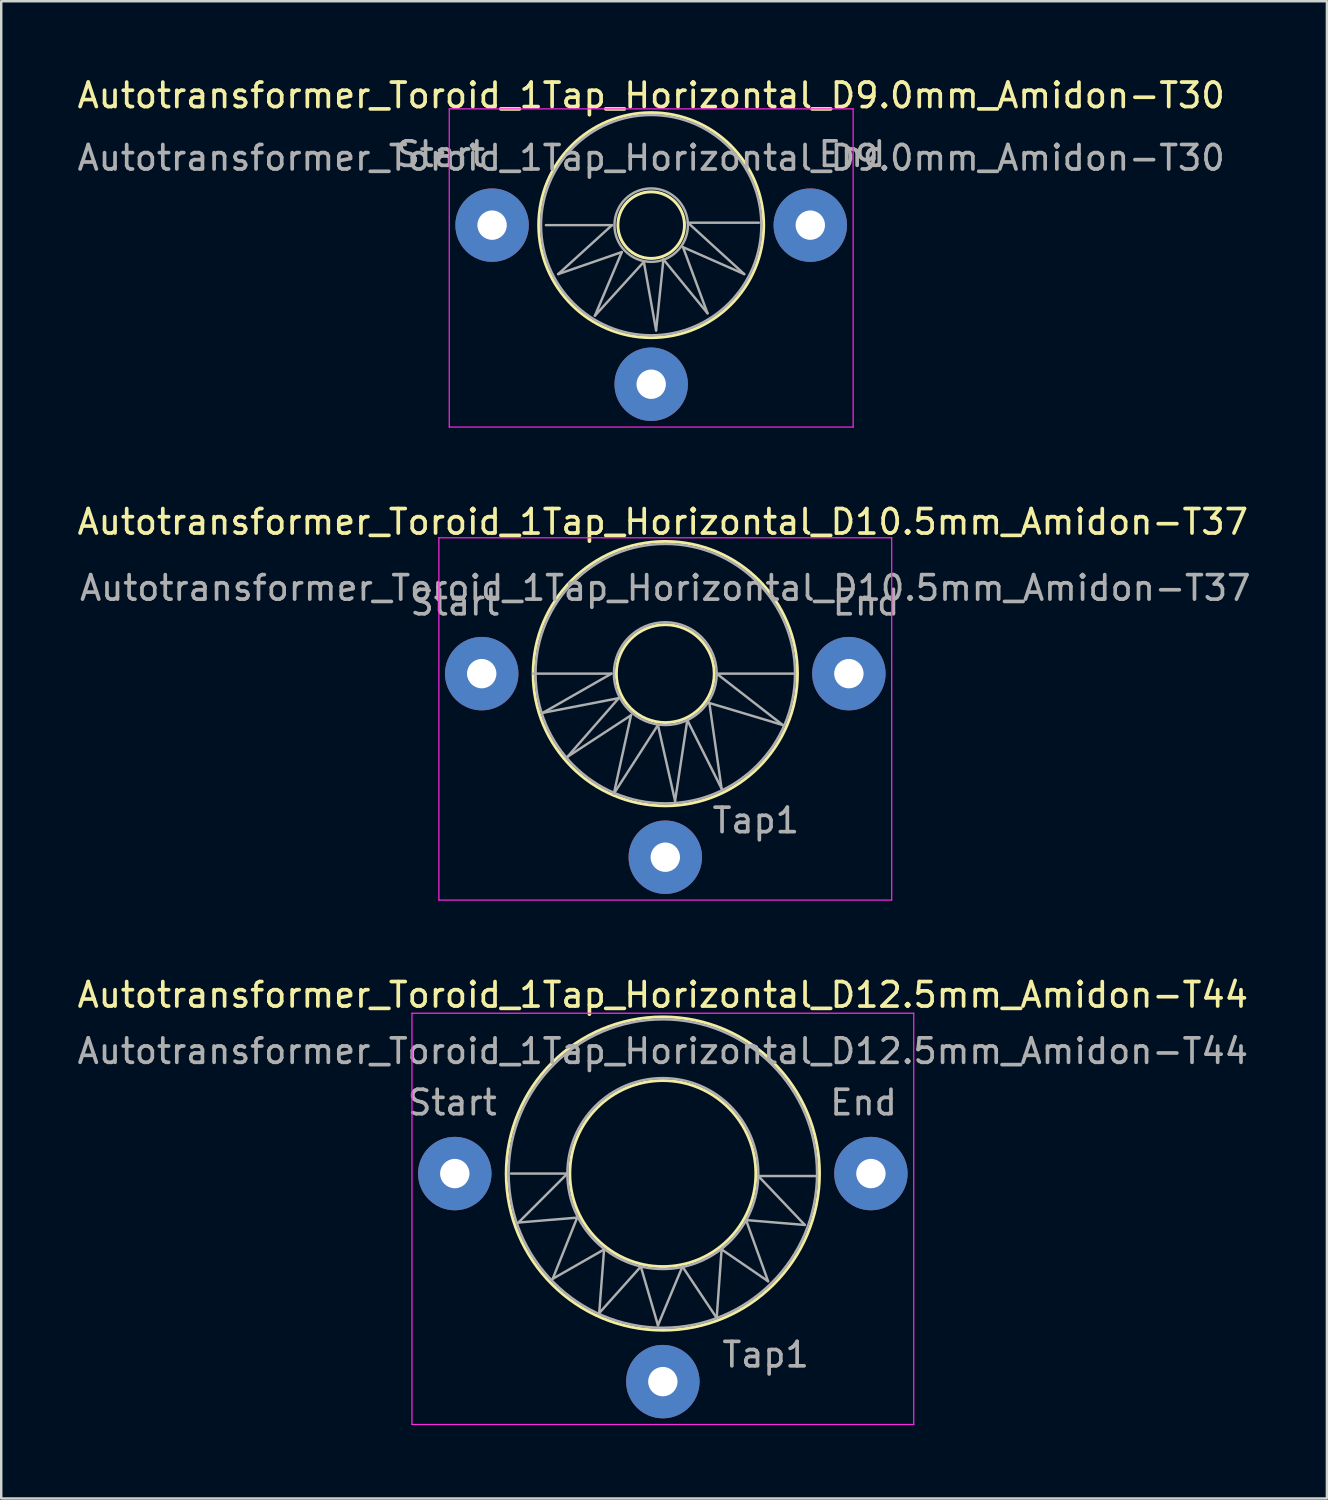
<source format=kicad_pcb>
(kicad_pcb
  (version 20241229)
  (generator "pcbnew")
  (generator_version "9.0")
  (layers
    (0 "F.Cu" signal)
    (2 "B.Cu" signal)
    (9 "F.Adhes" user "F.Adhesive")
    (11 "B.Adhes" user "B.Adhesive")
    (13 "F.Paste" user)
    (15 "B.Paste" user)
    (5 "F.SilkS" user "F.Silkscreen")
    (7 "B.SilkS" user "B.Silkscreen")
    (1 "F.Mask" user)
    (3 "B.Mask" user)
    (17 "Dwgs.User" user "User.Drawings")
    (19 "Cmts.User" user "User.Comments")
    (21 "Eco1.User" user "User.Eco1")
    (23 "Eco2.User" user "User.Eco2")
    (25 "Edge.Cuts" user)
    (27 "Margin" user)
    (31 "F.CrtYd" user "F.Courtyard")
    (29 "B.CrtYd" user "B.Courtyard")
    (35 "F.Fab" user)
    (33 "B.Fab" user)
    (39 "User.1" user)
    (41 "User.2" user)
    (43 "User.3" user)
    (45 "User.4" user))
  (footprint "Autotransformer_Toroid_1Tap_Horizontal_D12.5mm_Amidon-T44"
    (layer "F.Cu")
    (at 15.53 44.895)
    (property "Reference" "Autotransformer_Toroid_1Tap_Horizontal_D12.5mm_Amidon-T44" (at 8.5 -7.3 0) (layer "F.SilkS") (effects (font (size 1 1) (thickness 0.15))))
    (attr through_hole)
    (fp_circle (center 8.5 0) (end 12.3 0) (stroke (width 0.12) (type solid)) (fill no) (layer "F.SilkS"))
    (fp_circle (center 8.5 0) (end 14.9 0) (stroke (width 0.12) (type solid)) (fill no) (layer "F.SilkS"))
    (fp_line (start -1.75 -6.55) (end -1.75 10.25) (stroke (width 0.05) (type solid)) (layer "F.CrtYd"))
    (fp_line (start -1.75 -6.55) (end 18.75 -6.55) (stroke (width 0.05) (type solid)) (layer "F.CrtYd"))
    (fp_line (start 18.75 10.25) (end -1.75 10.25) (stroke (width 0.05) (type solid)) (layer "F.CrtYd"))
    (fp_line (start 18.75 10.25) (end 18.75 -6.55) (stroke (width 0.05) (type solid)) (layer "F.CrtYd"))
    (fp_line (start 2.3 0) (end 4.6 0) (stroke (width 0.1) (type solid)) (layer "F.Fab"))
    (fp_line (start 2.6 2) (end 5 1.8) (stroke (width 0.1) (type solid)) (layer "F.Fab"))
    (fp_line (start 4 4.3) (end 6.1 3.1) (stroke (width 0.1) (type solid)) (layer "F.Fab"))
    (fp_line (start 4.6 0) (end 2.6 2) (stroke (width 0.1) (type solid)) (layer "F.Fab"))
    (fp_line (start 5 1.8) (end 4 4.3) (stroke (width 0.1) (type solid)) (layer "F.Fab"))
    (fp_line (start 5.9 5.7) (end 7.6 3.8) (stroke (width 0.1) (type solid)) (layer "F.Fab"))
    (fp_line (start 6.1 3.1) (end 5.9 5.7) (stroke (width 0.1) (type solid)) (layer "F.Fab"))
    (fp_line (start 7.6 3.8) (end 8.3 6.2) (stroke (width 0.1) (type solid)) (layer "F.Fab"))
    (fp_line (start 8.3 6.2) (end 9.3 3.8) (stroke (width 0.1) (type solid)) (layer "F.Fab"))
    (fp_line (start 9.3 3.8) (end 10.7 5.9) (stroke (width 0.1) (type solid)) (layer "F.Fab"))
    (fp_line (start 10.7 5.9) (end 10.9 3.1) (stroke (width 0.1) (type solid)) (layer "F.Fab"))
    (fp_line (start 10.9 3.1) (end 12.8 4.4) (stroke (width 0.1) (type solid)) (layer "F.Fab"))
    (fp_line (start 11.9 1.9) (end 14.3 2.1) (stroke (width 0.1) (type solid)) (layer "F.Fab"))
    (fp_line (start 12.4 0.1) (end 14.8 0.1) (stroke (width 0.1) (type solid)) (layer "F.Fab"))
    (fp_line (start 12.8 4.4) (end 11.9 1.9) (stroke (width 0.1) (type solid)) (layer "F.Fab"))
    (fp_line (start 14.3 2.1) (end 12.4 0.1) (stroke (width 0.1) (type solid)) (layer "F.Fab"))
    (fp_circle (center 8.5 0) (end 12.4 0) (stroke (width 0.1) (type solid)) (fill no) (layer "F.Fab"))
    (fp_circle (center 8.5 0) (end 14.8 0) (stroke (width 0.1) (type solid)) (fill no) (layer "F.Fab"))
    (fp_text user "End" (at 16.7 -2.9 0) (layer "F.Fab") (effects (font (size 1 1) (thickness 0.15))))
    (fp_text user "${REFERENCE}" (at 8.5 -5 0) (layer "F.Fab") (effects (font (size 1 1) (thickness 0.15))))
    (fp_text user "Start" (at -0.1 -2.9 0) (layer "F.Fab") (effects (font (size 1 1) (thickness 0.15))))
    (fp_text user "Tap1" (at 12.7 7.4 0) (layer "F.Fab") (effects (font (size 1 1) (thickness 0.15))))
    (pad "1" thru_hole circle (at 0 0) (size 3 3) (drill 1.2) (layers "*.Cu" "*.Mask"))
    (pad "2" thru_hole circle (at 8.5 8.5) (size 3 3) (drill 1.2) (layers "*.Cu" "*.Mask"))
    (pad "3" thru_hole circle (at 17 0) (size 3 3) (drill 1.2) (layers "*.Cu" "*.Mask")))
  (footprint "Autotransformer_Toroid_1Tap_Horizontal_D9.0mm_Amidon-T30"
    (layer "F.Cu")
    (at 17.054 6.148)
    (property "Reference" "Autotransformer_Toroid_1Tap_Horizontal_D9.0mm_Amidon-T30" (at 6.5 -5.3 0) (layer "F.SilkS") (effects (font (size 1 1) (thickness 0.15))))
    (attr through_hole)
    (fp_circle (center 6.5 0) (end 7.6 0.8) (stroke (width 0.12) (type solid)) (fill no) (layer "F.SilkS"))
    (fp_circle (center 6.5 0) (end 9.8 3.2) (stroke (width 0.12) (type solid)) (fill no) (layer "F.SilkS"))
    (fp_line (start -1.75 -4.75) (end -1.75 8.25) (stroke (width 0.05) (type solid)) (layer "F.CrtYd"))
    (fp_line (start -1.75 -4.75) (end 14.75 -4.75) (stroke (width 0.05) (type solid)) (layer "F.CrtYd"))
    (fp_line (start 14.75 8.25) (end -1.75 8.25) (stroke (width 0.05) (type solid)) (layer "F.CrtYd"))
    (fp_line (start 14.75 8.25) (end 14.75 -4.75) (stroke (width 0.05) (type solid)) (layer "F.CrtYd"))
    (fp_line (start 2.2 0) (end 4.9 0) (stroke (width 0.1) (type solid)) (layer "F.Fab"))
    (fp_line (start 2.7 2) (end 5.3 1.1) (stroke (width 0.1) (type solid)) (layer "F.Fab"))
    (fp_line (start 4.2 3.7) (end 6.2 1.5) (stroke (width 0.1) (type solid)) (layer "F.Fab"))
    (fp_line (start 4.9 0) (end 2.7 2) (stroke (width 0.1) (type solid)) (layer "F.Fab"))
    (fp_line (start 5.3 1.1) (end 4.2 3.7) (stroke (width 0.1) (type solid)) (layer "F.Fab"))
    (fp_line (start 6.2 1.5) (end 6.7 4.3) (stroke (width 0.1) (type solid)) (layer "F.Fab"))
    (fp_line (start 6.7 4.3) (end 7 1.4) (stroke (width 0.1) (type solid)) (layer "F.Fab"))
    (fp_line (start 7 1.4) (end 8.8 3.6) (stroke (width 0.1) (type solid)) (layer "F.Fab"))
    (fp_line (start 7.8 0.9) (end 10.3 2) (stroke (width 0.1) (type solid)) (layer "F.Fab"))
    (fp_line (start 8 -0.1) (end 10.9 -0.1) (stroke (width 0.1) (type solid)) (layer "F.Fab"))
    (fp_line (start 8.8 3.6) (end 7.8 0.9) (stroke (width 0.1) (type solid)) (layer "F.Fab"))
    (fp_line (start 10.3 2) (end 8 -0.1) (stroke (width 0.1) (type solid)) (layer "F.Fab"))
    (fp_circle (center 6.5 0) (end 8 0) (stroke (width 0.1) (type solid)) (fill no) (layer "F.Fab"))
    (fp_circle (center 6.5 0) (end 11 0) (stroke (width 0.1) (type solid)) (fill no) (layer "F.Fab"))
    (fp_text user "Start" (at -2.1 -2.9 0) (layer "F.Fab") (effects (font (size 1 1) (thickness 0.15))))
    (fp_text user "${REFERENCE}" (at 6.5 -2.75 0) (layer "F.Fab") (effects (font (size 1 1) (thickness 0.15))))
    (fp_text user "End" (at 14.7 -2.9 0) (layer "F.Fab") (effects (font (size 1 1) (thickness 0.15))))
    (pad "1" thru_hole circle (at 0 0) (size 3 3) (drill 1.2) (layers "*.Cu" "*.Mask"))
    (pad "2" thru_hole circle (at 6.5 6.5) (size 3 3) (drill 1.2) (layers "*.Cu" "*.Mask"))
    (pad "3" thru_hole circle (at 13 0) (size 3 3) (drill 1.2) (layers "*.Cu" "*.Mask")))
  (footprint "Autotransformer_Toroid_1Tap_Horizontal_D10.5mm_Amidon-T37"
    (layer "F.Cu")
    (at 16.63 24.471)
    (property "Reference" "Autotransformer_Toroid_1Tap_Horizontal_D10.5mm_Amidon-T37" (at 7.4 -6.2 0) (layer "F.SilkS") (effects (font (size 1 1) (thickness 0.15))))
    (attr through_hole)
    (fp_circle (center 7.5 0) (end 9.5 0) (stroke (width 0.12) (type solid)) (fill no) (layer "F.SilkS"))
    (fp_circle (center 7.5 0) (end 12.9 0) (stroke (width 0.12) (type solid)) (fill no) (layer "F.SilkS"))
    (fp_line (start -1.75 -5.55) (end -1.75 9.25) (stroke (width 0.05) (type solid)) (layer "F.CrtYd"))
    (fp_line (start -1.75 -5.55) (end 16.75 -5.55) (stroke (width 0.05) (type solid)) (layer "F.CrtYd"))
    (fp_line (start 16.75 9.25) (end -1.75 9.25) (stroke (width 0.05) (type solid)) (layer "F.CrtYd"))
    (fp_line (start 16.75 9.25) (end 16.75 -5.55) (stroke (width 0.05) (type solid)) (layer "F.CrtYd"))
    (fp_line (start 2.1 0) (end 5.3 0) (stroke (width 0.1) (type solid)) (layer "F.Fab"))
    (fp_line (start 2.5 1.6) (end 5.6 1) (stroke (width 0.1) (type solid)) (layer "F.Fab"))
    (fp_line (start 3.5 3.4) (end 6.1 1.7) (stroke (width 0.1) (type solid)) (layer "F.Fab"))
    (fp_line (start 5.3 0) (end 2.5 1.6) (stroke (width 0.1) (type solid)) (layer "F.Fab"))
    (fp_line (start 5.4 4.9) (end 7.2 2.1) (stroke (width 0.1) (type solid)) (layer "F.Fab"))
    (fp_line (start 5.6 1) (end 3.5 3.4) (stroke (width 0.1) (type solid)) (layer "F.Fab"))
    (fp_line (start 6.1 1.7) (end 5.4 4.9) (stroke (width 0.1) (type solid)) (layer "F.Fab"))
    (fp_line (start 7.2 2.1) (end 7.9 5.2) (stroke (width 0.1) (type solid)) (layer "F.Fab"))
    (fp_line (start 7.9 5.2) (end 8.4 1.9) (stroke (width 0.1) (type solid)) (layer "F.Fab"))
    (fp_line (start 8.4 1.9) (end 9.8 4.7) (stroke (width 0.1) (type solid)) (layer "F.Fab"))
    (fp_line (start 9.3 1.2) (end 12.3 2.1) (stroke (width 0.1) (type solid)) (layer "F.Fab"))
    (fp_line (start 9.6 0) (end 12.8 0) (stroke (width 0.1) (type solid)) (layer "F.Fab"))
    (fp_line (start 9.8 4.7) (end 9.3 1.2) (stroke (width 0.1) (type solid)) (layer "F.Fab"))
    (fp_line (start 12.3 2.1) (end 9.6 0) (stroke (width 0.1) (type solid)) (layer "F.Fab"))
    (fp_circle (center 7.5 0) (end 9.6 0) (stroke (width 0.1) (type solid)) (fill no) (layer "F.Fab"))
    (fp_circle (center 7.5 0) (end 12.8 0) (stroke (width 0.1) (type solid)) (fill no) (layer "F.Fab"))
    (fp_text user "Tap1" (at 11.2 6 0) (layer "F.Fab") (effects (font (size 1 1) (thickness 0.15))))
    (fp_text user "${REFERENCE}" (at 7.5 -3.5 0) (layer "F.Fab") (effects (font (size 1 1) (thickness 0.15))))
    (fp_text user "End" (at 15.7 -2.9 0) (layer "F.Fab") (effects (font (size 1 1) (thickness 0.15))))
    (fp_text user "Start" (at -1.1 -2.9 0) (layer "F.Fab") (effects (font (size 1 1) (thickness 0.15))))
    (pad "1" thru_hole circle (at 0 0) (size 3 3) (drill 1.2) (layers "*.Cu" "*.Mask"))
    (pad "2" thru_hole circle (at 7.5 7.5) (size 3 3) (drill 1.2) (layers "*.Cu" "*.Mask"))
    (pad "3" thru_hole circle (at 15 0) (size 3 3) (drill 1.2) (layers "*.Cu" "*.Mask")))
  (gr_rect
    (start -3 -3)
    (end 51.16 58.17)
    (stroke (width 0.1) (type default))
    (fill no)
    (layer "Edge.Cuts")))
</source>
